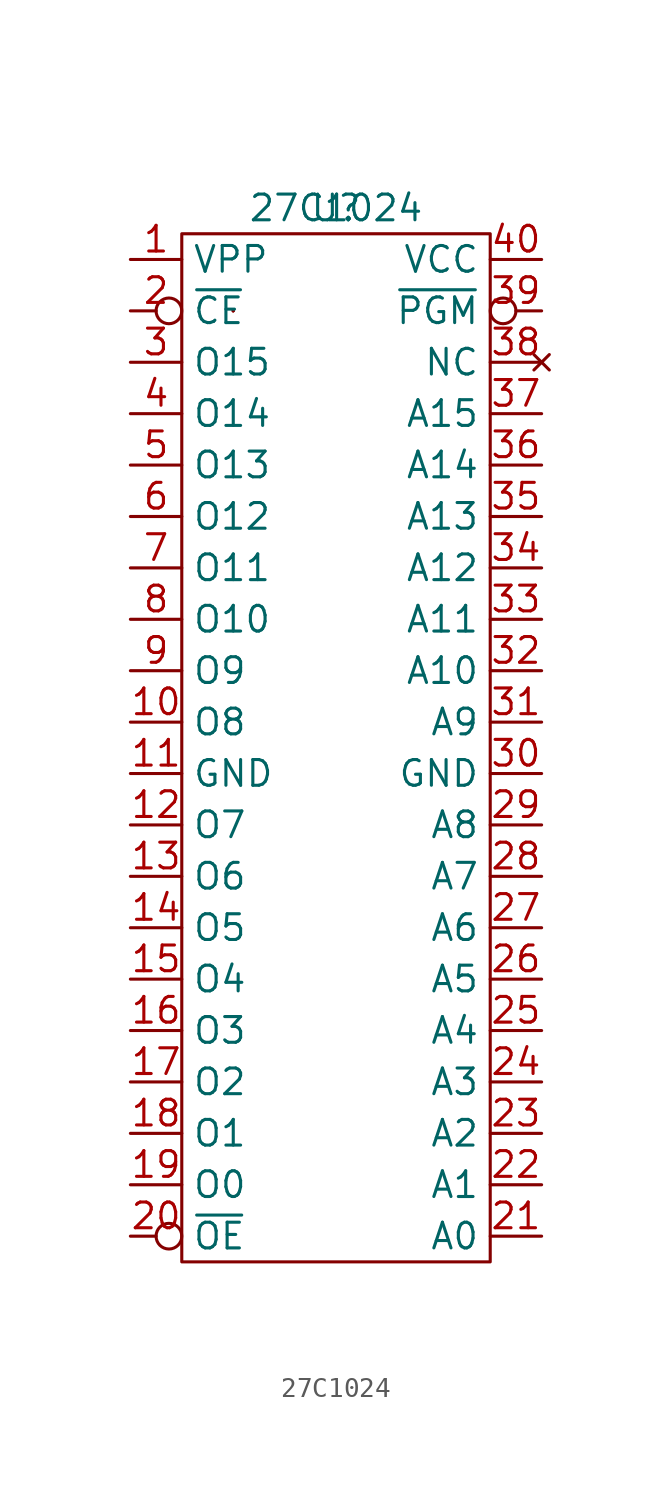
<source format=kicad_sym>
(kicad_symbol_lib
  (version 20211014)
  (generator kicad_symbol_editor)
  (symbol "27C1024"
    (property "Reference" "U"
      (at 0 0 0)
      (effects (font (size 1.27 1.27))))
    (property "Value" "27C1024"
      (at 0 0 0)
      (effects (font (size 1.27 1.27))))
    (symbol "27C1024_0_1"
      (rectangle (start -7.62 -1.27) (end 7.62 -52.07) (stroke (width 0) (type default) (color 0 0 0 0)) (fill (type none)))
      (polyline (pts (xy -5.08 -5.08) (xy -5.08 -5.08)) (stroke (width 0) (type default) (color 0 0 0 0)) (fill (type none)))
      (polyline (pts (xy -5.08 -5.08) (xy -5.08 -5.08)) (stroke (width 0) (type default) (color 0 0 0 0)) (fill (type none)))
      (polyline (pts (xy -5.08 -5.08) (xy -5.08 -5.08)) (stroke (width 0) (type default) (color 0 0 0 0)) (fill (type none))))
    (symbol "27C1024_1_1"
      (pin input line (at -10.16 -2.54 0) (length 2.54) (name "VPP" (effects (font (size 1.27 1.27)))) (number "1" (effects (font (size 1.27 1.27)))))
      (pin tri_state line (at -10.16 -25.4 0) (length 2.54) (name "O8" (effects (font (size 1.27 1.27)))) (number "10" (effects (font (size 1.27 1.27)))))
      (pin input line (at -10.16 -27.94 0) (length 2.54) (name "GND" (effects (font (size 1.27 1.27)))) (number "11" (effects (font (size 1.27 1.27)))))
      (pin tri_state line (at -10.16 -30.48 0) (length 2.54) (name "O7" (effects (font (size 1.27 1.27)))) (number "12" (effects (font (size 1.27 1.27)))))
      (pin tri_state line (at -10.16 -33.02 0) (length 2.54) (name "O6" (effects (font (size 1.27 1.27)))) (number "13" (effects (font (size 1.27 1.27)))))
      (pin tri_state line (at -10.16 -35.56 0) (length 2.54) (name "O5" (effects (font (size 1.27 1.27)))) (number "14" (effects (font (size 1.27 1.27)))))
      (pin tri_state line (at -10.16 -38.1 0) (length 2.54) (name "O4" (effects (font (size 1.27 1.27)))) (number "15" (effects (font (size 1.27 1.27)))))
      (pin tri_state line (at -10.16 -40.64 0) (length 2.54) (name "O3" (effects (font (size 1.27 1.27)))) (number "16" (effects (font (size 1.27 1.27)))))
      (pin tri_state line (at -10.16 -43.18 0) (length 2.54) (name "O2" (effects (font (size 1.27 1.27)))) (number "17" (effects (font (size 1.27 1.27)))))
      (pin tri_state line (at -10.16 -45.72 0) (length 2.54) (name "O1" (effects (font (size 1.27 1.27)))) (number "18" (effects (font (size 1.27 1.27)))))
      (pin tri_state line (at -10.16 -48.26 0) (length 2.54) (name "O0" (effects (font (size 1.27 1.27)))) (number "19" (effects (font (size 1.27 1.27)))))
      (pin input inverted (at -10.16 -5.08 0) (length 2.54) (name "~{CE}" (effects (font (size 1.27 1.27)))) (number "2" (effects (font (size 1.27 1.27)))))
      (pin input inverted (at -10.16 -50.8 0) (length 2.54) (name "~{OE}" (effects (font (size 1.27 1.27)))) (number "20" (effects (font (size 1.27 1.27)))))
      (pin input line (at 10.16 -50.8 180) (length 2.54) (name "A0" (effects (font (size 1.27 1.27)))) (number "21" (effects (font (size 1.27 1.27)))))
      (pin input line (at 10.16 -48.26 180) (length 2.54) (name "A1" (effects (font (size 1.27 1.27)))) (number "22" (effects (font (size 1.27 1.27)))))
      (pin input line (at 10.16 -45.72 180) (length 2.54) (name "A2" (effects (font (size 1.27 1.27)))) (number "23" (effects (font (size 1.27 1.27)))))
      (pin input line (at 10.16 -43.18 180) (length 2.54) (name "A3" (effects (font (size 1.27 1.27)))) (number "24" (effects (font (size 1.27 1.27)))))
      (pin input line (at 10.16 -40.64 180) (length 2.54) (name "A4" (effects (font (size 1.27 1.27)))) (number "25" (effects (font (size 1.27 1.27)))))
      (pin input line (at 10.16 -38.1 180) (length 2.54) (name "A5" (effects (font (size 1.27 1.27)))) (number "26" (effects (font (size 1.27 1.27)))))
      (pin input line (at 10.16 -35.56 180) (length 2.54) (name "A6" (effects (font (size 1.27 1.27)))) (number "27" (effects (font (size 1.27 1.27)))))
      (pin input line (at 10.16 -33.02 180) (length 2.54) (name "A7" (effects (font (size 1.27 1.27)))) (number "28" (effects (font (size 1.27 1.27)))))
      (pin input line (at 10.16 -30.48 180) (length 2.54) (name "A8" (effects (font (size 1.27 1.27)))) (number "29" (effects (font (size 1.27 1.27)))))
      (pin tri_state line (at -10.16 -7.62 0) (length 2.54) (name "O15" (effects (font (size 1.27 1.27)))) (number "3" (effects (font (size 1.27 1.27)))))
      (pin input line (at 10.16 -27.94 180) (length 2.54) (name "GND" (effects (font (size 1.27 1.27)))) (number "30" (effects (font (size 1.27 1.27)))))
      (pin input line (at 10.16 -25.4 180) (length 2.54) (name "A9" (effects (font (size 1.27 1.27)))) (number "31" (effects (font (size 1.27 1.27)))))
      (pin input line (at 10.16 -22.86 180) (length 2.54) (name "A10" (effects (font (size 1.27 1.27)))) (number "32" (effects (font (size 1.27 1.27)))))
      (pin input line (at 10.16 -20.32 180) (length 2.54) (name "A11" (effects (font (size 1.27 1.27)))) (number "33" (effects (font (size 1.27 1.27)))))
      (pin input line (at 10.16 -17.78 180) (length 2.54) (name "A12" (effects (font (size 1.27 1.27)))) (number "34" (effects (font (size 1.27 1.27)))))
      (pin input line (at 10.16 -15.24 180) (length 2.54) (name "A13" (effects (font (size 1.27 1.27)))) (number "35" (effects (font (size 1.27 1.27)))))
      (pin input line (at 10.16 -12.7 180) (length 2.54) (name "A14" (effects (font (size 1.27 1.27)))) (number "36" (effects (font (size 1.27 1.27)))))
      (pin input line (at 10.16 -10.16 180) (length 2.54) (name "A15" (effects (font (size 1.27 1.27)))) (number "37" (effects (font (size 1.27 1.27)))))
      (pin no_connect line (at 10.16 -7.62 180) (length 2.54) (name "NC" (effects (font (size 1.27 1.27)))) (number "38" (effects (font (size 1.27 1.27)))))
      (pin input inverted (at 10.16 -5.08 180) (length 2.54) (name "~{PGM}" (effects (font (size 1.27 1.27)))) (number "39" (effects (font (size 1.27 1.27)))))
      (pin tri_state line (at -10.16 -10.16 0) (length 2.54) (name "O14" (effects (font (size 1.27 1.27)))) (number "4" (effects (font (size 1.27 1.27)))))
      (pin input line (at 10.16 -2.54 180) (length 2.54) (name "VCC" (effects (font (size 1.27 1.27)))) (number "40" (effects (font (size 1.27 1.27)))))
      (pin tri_state line (at -10.16 -12.7 0) (length 2.54) (name "O13" (effects (font (size 1.27 1.27)))) (number "5" (effects (font (size 1.27 1.27)))))
      (pin tri_state line (at -10.16 -15.24 0) (length 2.54) (name "O12" (effects (font (size 1.27 1.27)))) (number "6" (effects (font (size 1.27 1.27)))))
      (pin tri_state line (at -10.16 -17.78 0) (length 2.54) (name "O11" (effects (font (size 1.27 1.27)))) (number "7" (effects (font (size 1.27 1.27)))))
      (pin tri_state line (at -10.16 -20.32 0) (length 2.54) (name "O10" (effects (font (size 1.27 1.27)))) (number "8" (effects (font (size 1.27 1.27)))))
      (pin tri_state line (at -10.16 -22.86 0) (length 2.54) (name "O9" (effects (font (size 1.27 1.27)))) (number "9" (effects (font (size 1.27 1.27))))))))
</source>
